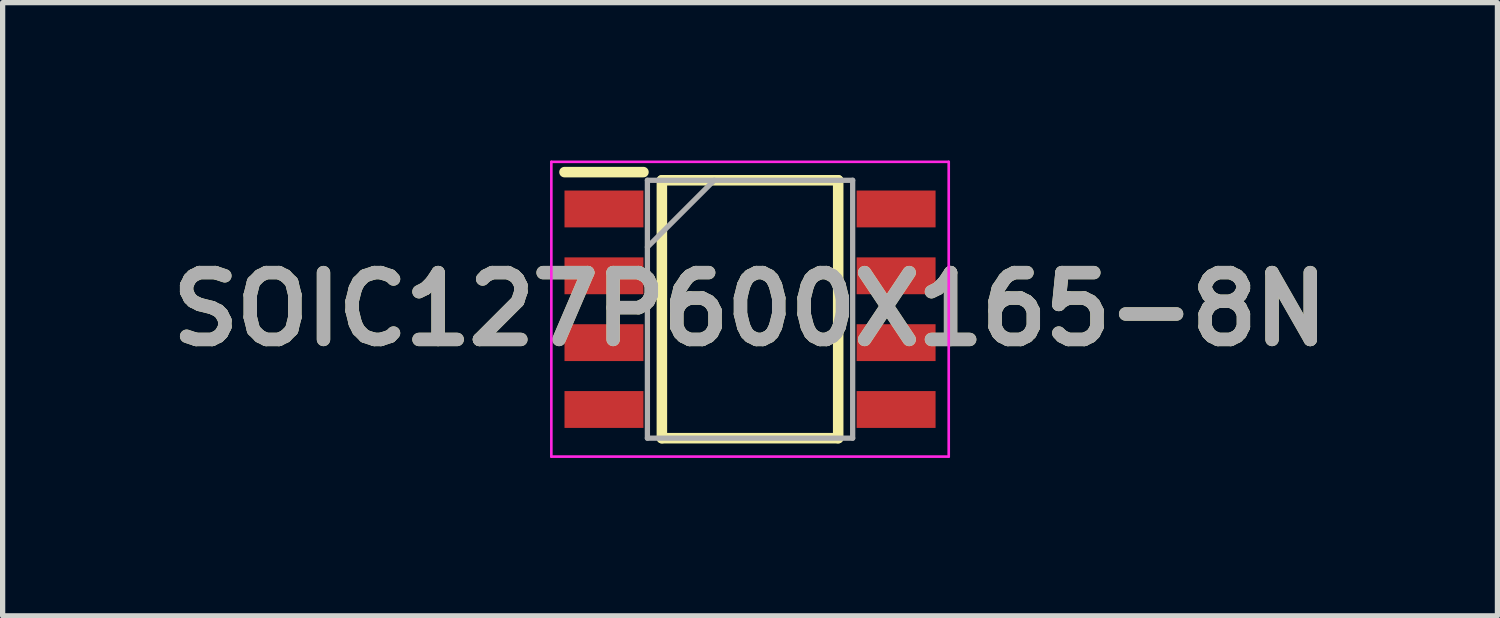
<source format=kicad_pcb>
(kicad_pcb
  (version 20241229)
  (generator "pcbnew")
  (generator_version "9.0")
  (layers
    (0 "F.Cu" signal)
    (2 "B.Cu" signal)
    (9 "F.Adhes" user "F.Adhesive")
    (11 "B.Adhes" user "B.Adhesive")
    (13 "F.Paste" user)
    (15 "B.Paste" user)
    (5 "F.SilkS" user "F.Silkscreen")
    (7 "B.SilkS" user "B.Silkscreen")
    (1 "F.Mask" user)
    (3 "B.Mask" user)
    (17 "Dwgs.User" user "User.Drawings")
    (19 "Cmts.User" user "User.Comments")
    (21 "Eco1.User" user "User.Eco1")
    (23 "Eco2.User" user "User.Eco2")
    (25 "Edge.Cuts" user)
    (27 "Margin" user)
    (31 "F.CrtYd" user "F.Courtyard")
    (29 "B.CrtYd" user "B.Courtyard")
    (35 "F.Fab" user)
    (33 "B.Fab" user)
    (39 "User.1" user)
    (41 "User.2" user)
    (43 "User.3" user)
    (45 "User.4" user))
  (footprint "SOIC127P600X165-8N"
    (layer "F.Cu")
    (at 11.2 2.825)
    (property "Reference" "SOIC127P600X165-8N" (at 0 0 0) (layer "F.SilkS") (effects (font (size 1.27 1.27) (thickness 0.254))))
    (attr smd)
    (fp_line (start -3.525 -2.605) (end -2.025 -2.605) (stroke (width 0.2) (type solid)) (layer "F.SilkS"))
    (fp_line (start -1.675 -2.45) (end 1.675 -2.45) (stroke (width 0.2) (type solid)) (layer "F.SilkS"))
    (fp_line (start -1.675 2.45) (end -1.675 -2.45) (stroke (width 0.2) (type solid)) (layer "F.SilkS"))
    (fp_line (start 1.675 -2.45) (end 1.675 2.45) (stroke (width 0.2) (type solid)) (layer "F.SilkS"))
    (fp_line (start 1.675 2.45) (end -1.675 2.45) (stroke (width 0.2) (type solid)) (layer "F.SilkS"))
    (fp_line (start -3.775 -2.8) (end 3.775 -2.8) (stroke (width 0.05) (type solid)) (layer "F.CrtYd"))
    (fp_line (start -3.775 2.8) (end -3.775 -2.8) (stroke (width 0.05) (type solid)) (layer "F.CrtYd"))
    (fp_line (start 3.775 -2.8) (end 3.775 2.8) (stroke (width 0.05) (type solid)) (layer "F.CrtYd"))
    (fp_line (start 3.775 2.8) (end -3.775 2.8) (stroke (width 0.05) (type solid)) (layer "F.CrtYd"))
    (fp_line (start -1.95 -2.45) (end 1.95 -2.45) (stroke (width 0.1) (type solid)) (layer "F.Fab"))
    (fp_line (start -1.95 -1.18) (end -0.68 -2.45) (stroke (width 0.1) (type solid)) (layer "F.Fab"))
    (fp_line (start -1.95 2.45) (end -1.95 -2.45) (stroke (width 0.1) (type solid)) (layer "F.Fab"))
    (fp_line (start 1.95 -2.45) (end 1.95 2.45) (stroke (width 0.1) (type solid)) (layer "F.Fab"))
    (fp_line (start 1.95 2.45) (end -1.95 2.45) (stroke (width 0.1) (type solid)) (layer "F.Fab"))
    (fp_text user "${REFERENCE}" (at 0 0 0) (layer "F.Fab") (effects (font (size 1.27 1.27) (thickness 0.254))))
    (pad "1" smd rect (at -2.775 -1.905 90) (size 0.7 1.5) (layers "F.Cu" "F.Mask" "F.Paste"))
    (pad "2" smd rect (at -2.775 -0.635 90) (size 0.7 1.5) (layers "F.Cu" "F.Mask" "F.Paste"))
    (pad "3" smd rect (at -2.775 0.635 90) (size 0.7 1.5) (layers "F.Cu" "F.Mask" "F.Paste"))
    (pad "4" smd rect (at -2.775 1.905 90) (size 0.7 1.5) (layers "F.Cu" "F.Mask" "F.Paste"))
    (pad "5" smd rect (at 2.775 1.905 90) (size 0.7 1.5) (layers "F.Cu" "F.Mask" "F.Paste"))
    (pad "6" smd rect (at 2.775 0.635 90) (size 0.7 1.5) (layers "F.Cu" "F.Mask" "F.Paste"))
    (pad "7" smd rect (at 2.775 -0.635 90) (size 0.7 1.5) (layers "F.Cu" "F.Mask" "F.Paste"))
    (pad "8" smd rect (at 2.775 -1.905 90) (size 0.7 1.5) (layers "F.Cu" "F.Mask" "F.Paste")))
  (gr_rect
    (start -3 -3)
    (end 25.4 8.65)
    (stroke (width 0.1) (type default))
    (fill no)
    (layer "Edge.Cuts")))
</source>
